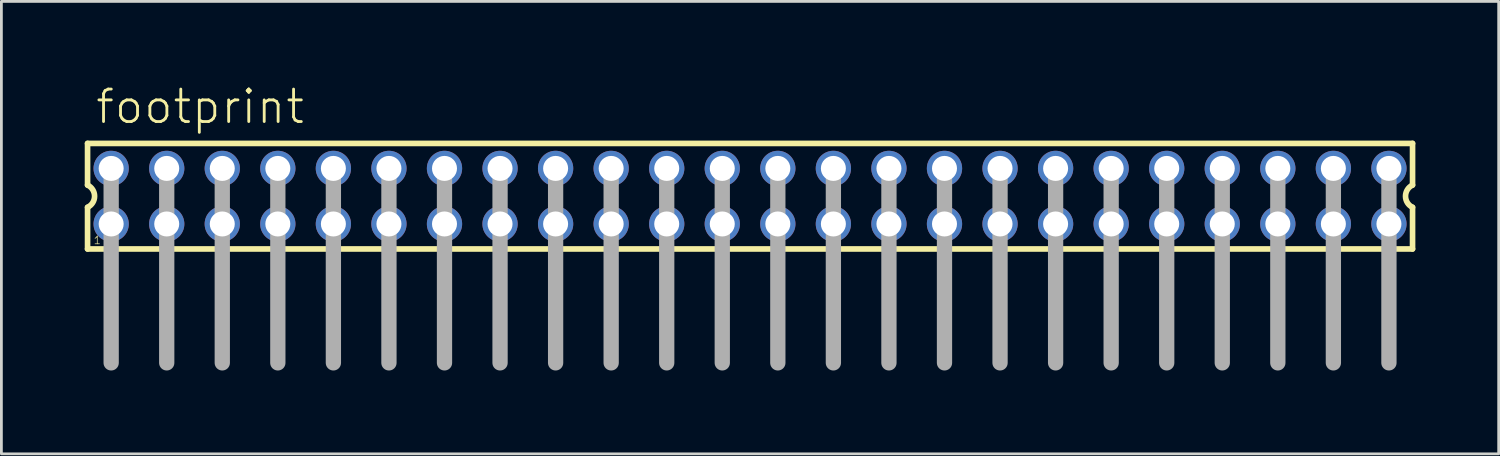
<source format=kicad_pcb>
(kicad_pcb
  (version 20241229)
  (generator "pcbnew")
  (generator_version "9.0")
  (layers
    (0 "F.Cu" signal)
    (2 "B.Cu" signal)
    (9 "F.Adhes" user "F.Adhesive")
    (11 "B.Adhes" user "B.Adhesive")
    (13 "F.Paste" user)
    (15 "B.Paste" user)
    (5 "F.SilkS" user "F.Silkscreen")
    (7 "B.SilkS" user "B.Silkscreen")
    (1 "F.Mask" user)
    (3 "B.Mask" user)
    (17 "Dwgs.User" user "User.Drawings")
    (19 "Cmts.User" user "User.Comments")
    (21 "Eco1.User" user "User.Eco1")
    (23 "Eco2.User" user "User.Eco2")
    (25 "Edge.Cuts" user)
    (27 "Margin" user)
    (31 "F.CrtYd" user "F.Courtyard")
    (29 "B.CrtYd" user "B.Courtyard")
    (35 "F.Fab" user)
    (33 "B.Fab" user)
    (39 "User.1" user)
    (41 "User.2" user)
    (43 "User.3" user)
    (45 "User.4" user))
  (footprint "footprint"
    (layer "F.Cu")
    (at 23.952 4.013)
    (property "Reference" "footprint" (at -23.62 -2.54 0) (layer "F.SilkS") (effects (font (size 1.168 1.168) (thickness 0.102)) (justify left bottom)))
    (fp_line (start -23.85 -1.9) (end -23.85 -0.4) (stroke (width 0.203) (type solid)) (layer "F.SilkS"))
    (fp_line (start -23.85 0.4) (end -23.85 1.9) (stroke (width 0.203) (type solid)) (layer "F.SilkS"))
    (fp_line (start -23.85 1.9) (end 23.85 1.9) (stroke (width 0.203) (type solid)) (layer "F.SilkS"))
    (fp_line (start 23.85 -1.9) (end -23.85 -1.9) (stroke (width 0.203) (type solid)) (layer "F.SilkS"))
    (fp_line (start 23.85 -0.4) (end 23.85 -1.9) (stroke (width 0.203) (type solid)) (layer "F.SilkS"))
    (fp_line (start 23.85 1.9) (end 23.85 0.4) (stroke (width 0.203) (type solid)) (layer "F.SilkS"))
    (fp_arc (start -23.85 -0.4) (mid -23.597167 0) (end -23.85 0.4) (stroke (width 0.2032) (type solid)) (layer "F.SilkS"))
    (fp_arc (start 23.85 0.4) (mid 23.597167 0) (end 23.85 -0.4) (stroke (width 0.2032) (type solid)) (layer "F.SilkS"))
    (fp_line (start -23 -1) (end -23 6) (stroke (width 0.55) (type solid)) (layer "F.Fab"))
    (fp_line (start -21 -1) (end -21 6) (stroke (width 0.55) (type solid)) (layer "F.Fab"))
    (fp_line (start -19 -1) (end -19 6) (stroke (width 0.55) (type solid)) (layer "F.Fab"))
    (fp_line (start -17 -1) (end -17 6) (stroke (width 0.55) (type solid)) (layer "F.Fab"))
    (fp_line (start -15 -1) (end -15 6) (stroke (width 0.55) (type solid)) (layer "F.Fab"))
    (fp_line (start -13 -1) (end -13 6) (stroke (width 0.55) (type solid)) (layer "F.Fab"))
    (fp_line (start -11 -1) (end -11 6) (stroke (width 0.55) (type solid)) (layer "F.Fab"))
    (fp_line (start -9 -1) (end -9 6) (stroke (width 0.55) (type solid)) (layer "F.Fab"))
    (fp_line (start -7 -1) (end -7 6) (stroke (width 0.55) (type solid)) (layer "F.Fab"))
    (fp_line (start -5 -1) (end -5 6) (stroke (width 0.55) (type solid)) (layer "F.Fab"))
    (fp_line (start -3 -1) (end -3 6) (stroke (width 0.55) (type solid)) (layer "F.Fab"))
    (fp_line (start -1 -1) (end -1 6) (stroke (width 0.55) (type solid)) (layer "F.Fab"))
    (fp_line (start 1 -1) (end 1 6) (stroke (width 0.55) (type solid)) (layer "F.Fab"))
    (fp_line (start 3 -1) (end 3 6) (stroke (width 0.55) (type solid)) (layer "F.Fab"))
    (fp_line (start 5 -1) (end 5 6) (stroke (width 0.55) (type solid)) (layer "F.Fab"))
    (fp_line (start 7 -1) (end 7 6) (stroke (width 0.55) (type solid)) (layer "F.Fab"))
    (fp_line (start 9 -1) (end 9 6) (stroke (width 0.55) (type solid)) (layer "F.Fab"))
    (fp_line (start 11 -1) (end 11 6) (stroke (width 0.55) (type solid)) (layer "F.Fab"))
    (fp_line (start 13 -1) (end 13 6) (stroke (width 0.55) (type solid)) (layer "F.Fab"))
    (fp_line (start 15 -1) (end 15 6) (stroke (width 0.55) (type solid)) (layer "F.Fab"))
    (fp_line (start 17 -1) (end 17 6) (stroke (width 0.55) (type solid)) (layer "F.Fab"))
    (fp_line (start 19 -1) (end 19 6) (stroke (width 0.55) (type solid)) (layer "F.Fab"))
    (fp_line (start 21 -1) (end 21 6) (stroke (width 0.55) (type solid)) (layer "F.Fab"))
    (fp_line (start 23 -1) (end 23 6) (stroke (width 0.55) (type solid)) (layer "F.Fab"))
    (fp_poly (pts (xy -23.25 -0.75) (xy -22.75 -0.75) (xy -22.75 -1.25) (xy -23.25 -1.25)) (stroke (width 0.1) (type solid)) (fill no) (layer "F.Fab"))
    (fp_poly (pts (xy -23.25 1.25) (xy -22.75 1.25) (xy -22.75 0.75) (xy -23.25 0.75)) (stroke (width 0.1) (type solid)) (fill no) (layer "F.Fab"))
    (fp_poly (pts (xy -21.25 -0.75) (xy -20.75 -0.75) (xy -20.75 -1.25) (xy -21.25 -1.25)) (stroke (width 0.1) (type solid)) (fill no) (layer "F.Fab"))
    (fp_poly (pts (xy -21.25 1.25) (xy -20.75 1.25) (xy -20.75 0.75) (xy -21.25 0.75)) (stroke (width 0.1) (type solid)) (fill no) (layer "F.Fab"))
    (fp_poly (pts (xy -19.25 -0.75) (xy -18.75 -0.75) (xy -18.75 -1.25) (xy -19.25 -1.25)) (stroke (width 0.1) (type solid)) (fill no) (layer "F.Fab"))
    (fp_poly (pts (xy -19.25 1.25) (xy -18.75 1.25) (xy -18.75 0.75) (xy -19.25 0.75)) (stroke (width 0.1) (type solid)) (fill no) (layer "F.Fab"))
    (fp_poly (pts (xy -17.25 -0.75) (xy -16.75 -0.75) (xy -16.75 -1.25) (xy -17.25 -1.25)) (stroke (width 0.1) (type solid)) (fill no) (layer "F.Fab"))
    (fp_poly (pts (xy -17.25 1.25) (xy -16.75 1.25) (xy -16.75 0.75) (xy -17.25 0.75)) (stroke (width 0.1) (type solid)) (fill no) (layer "F.Fab"))
    (fp_poly (pts (xy -15.25 -0.75) (xy -14.75 -0.75) (xy -14.75 -1.25) (xy -15.25 -1.25)) (stroke (width 0.1) (type solid)) (fill no) (layer "F.Fab"))
    (fp_poly (pts (xy -15.25 1.25) (xy -14.75 1.25) (xy -14.75 0.75) (xy -15.25 0.75)) (stroke (width 0.1) (type solid)) (fill no) (layer "F.Fab"))
    (fp_poly (pts (xy -13.25 -0.75) (xy -12.75 -0.75) (xy -12.75 -1.25) (xy -13.25 -1.25)) (stroke (width 0.1) (type solid)) (fill no) (layer "F.Fab"))
    (fp_poly (pts (xy -13.25 1.25) (xy -12.75 1.25) (xy -12.75 0.75) (xy -13.25 0.75)) (stroke (width 0.1) (type solid)) (fill no) (layer "F.Fab"))
    (fp_poly (pts (xy -11.25 -0.75) (xy -10.75 -0.75) (xy -10.75 -1.25) (xy -11.25 -1.25)) (stroke (width 0.1) (type solid)) (fill no) (layer "F.Fab"))
    (fp_poly (pts (xy -11.25 1.25) (xy -10.75 1.25) (xy -10.75 0.75) (xy -11.25 0.75)) (stroke (width 0.1) (type solid)) (fill no) (layer "F.Fab"))
    (fp_poly (pts (xy -9.25 -0.75) (xy -8.75 -0.75) (xy -8.75 -1.25) (xy -9.25 -1.25)) (stroke (width 0.1) (type solid)) (fill no) (layer "F.Fab"))
    (fp_poly (pts (xy -9.25 1.25) (xy -8.75 1.25) (xy -8.75 0.75) (xy -9.25 0.75)) (stroke (width 0.1) (type solid)) (fill no) (layer "F.Fab"))
    (fp_poly (pts (xy -7.25 -0.75) (xy -6.75 -0.75) (xy -6.75 -1.25) (xy -7.25 -1.25)) (stroke (width 0.1) (type solid)) (fill no) (layer "F.Fab"))
    (fp_poly (pts (xy -7.25 1.25) (xy -6.75 1.25) (xy -6.75 0.75) (xy -7.25 0.75)) (stroke (width 0.1) (type solid)) (fill no) (layer "F.Fab"))
    (fp_poly (pts (xy -5.25 -0.75) (xy -4.75 -0.75) (xy -4.75 -1.25) (xy -5.25 -1.25)) (stroke (width 0.1) (type solid)) (fill no) (layer "F.Fab"))
    (fp_poly (pts (xy -5.25 1.25) (xy -4.75 1.25) (xy -4.75 0.75) (xy -5.25 0.75)) (stroke (width 0.1) (type solid)) (fill no) (layer "F.Fab"))
    (fp_poly (pts (xy -3.25 -0.75) (xy -2.75 -0.75) (xy -2.75 -1.25) (xy -3.25 -1.25)) (stroke (width 0.1) (type solid)) (fill no) (layer "F.Fab"))
    (fp_poly (pts (xy -3.25 1.25) (xy -2.75 1.25) (xy -2.75 0.75) (xy -3.25 0.75)) (stroke (width 0.1) (type solid)) (fill no) (layer "F.Fab"))
    (fp_poly (pts (xy -1.25 -0.75) (xy -0.75 -0.75) (xy -0.75 -1.25) (xy -1.25 -1.25)) (stroke (width 0.1) (type solid)) (fill no) (layer "F.Fab"))
    (fp_poly (pts (xy -1.25 1.25) (xy -0.75 1.25) (xy -0.75 0.75) (xy -1.25 0.75)) (stroke (width 0.1) (type solid)) (fill no) (layer "F.Fab"))
    (fp_poly (pts (xy 0.75 -0.75) (xy 1.25 -0.75) (xy 1.25 -1.25) (xy 0.75 -1.25)) (stroke (width 0.1) (type solid)) (fill no) (layer "F.Fab"))
    (fp_poly (pts (xy 0.75 1.25) (xy 1.25 1.25) (xy 1.25 0.75) (xy 0.75 0.75)) (stroke (width 0.1) (type solid)) (fill no) (layer "F.Fab"))
    (fp_poly (pts (xy 2.75 -0.75) (xy 3.25 -0.75) (xy 3.25 -1.25) (xy 2.75 -1.25)) (stroke (width 0.1) (type solid)) (fill no) (layer "F.Fab"))
    (fp_poly (pts (xy 2.75 1.25) (xy 3.25 1.25) (xy 3.25 0.75) (xy 2.75 0.75)) (stroke (width 0.1) (type solid)) (fill no) (layer "F.Fab"))
    (fp_poly (pts (xy 4.75 -0.75) (xy 5.25 -0.75) (xy 5.25 -1.25) (xy 4.75 -1.25)) (stroke (width 0.1) (type solid)) (fill no) (layer "F.Fab"))
    (fp_poly (pts (xy 4.75 1.25) (xy 5.25 1.25) (xy 5.25 0.75) (xy 4.75 0.75)) (stroke (width 0.1) (type solid)) (fill no) (layer "F.Fab"))
    (fp_poly (pts (xy 6.75 -0.75) (xy 7.25 -0.75) (xy 7.25 -1.25) (xy 6.75 -1.25)) (stroke (width 0.1) (type solid)) (fill no) (layer "F.Fab"))
    (fp_poly (pts (xy 6.75 1.25) (xy 7.25 1.25) (xy 7.25 0.75) (xy 6.75 0.75)) (stroke (width 0.1) (type solid)) (fill no) (layer "F.Fab"))
    (fp_poly (pts (xy 8.75 -0.75) (xy 9.25 -0.75) (xy 9.25 -1.25) (xy 8.75 -1.25)) (stroke (width 0.1) (type solid)) (fill no) (layer "F.Fab"))
    (fp_poly (pts (xy 8.75 1.25) (xy 9.25 1.25) (xy 9.25 0.75) (xy 8.75 0.75)) (stroke (width 0.1) (type solid)) (fill no) (layer "F.Fab"))
    (fp_poly (pts (xy 10.75 -0.75) (xy 11.25 -0.75) (xy 11.25 -1.25) (xy 10.75 -1.25)) (stroke (width 0.1) (type solid)) (fill no) (layer "F.Fab"))
    (fp_poly (pts (xy 10.75 1.25) (xy 11.25 1.25) (xy 11.25 0.75) (xy 10.75 0.75)) (stroke (width 0.1) (type solid)) (fill no) (layer "F.Fab"))
    (fp_poly (pts (xy 12.75 -0.75) (xy 13.25 -0.75) (xy 13.25 -1.25) (xy 12.75 -1.25)) (stroke (width 0.1) (type solid)) (fill no) (layer "F.Fab"))
    (fp_poly (pts (xy 12.75 1.25) (xy 13.25 1.25) (xy 13.25 0.75) (xy 12.75 0.75)) (stroke (width 0.1) (type solid)) (fill no) (layer "F.Fab"))
    (fp_poly (pts (xy 14.75 -0.75) (xy 15.25 -0.75) (xy 15.25 -1.25) (xy 14.75 -1.25)) (stroke (width 0.1) (type solid)) (fill no) (layer "F.Fab"))
    (fp_poly (pts (xy 14.75 1.25) (xy 15.25 1.25) (xy 15.25 0.75) (xy 14.75 0.75)) (stroke (width 0.1) (type solid)) (fill no) (layer "F.Fab"))
    (fp_poly (pts (xy 16.75 -0.75) (xy 17.25 -0.75) (xy 17.25 -1.25) (xy 16.75 -1.25)) (stroke (width 0.1) (type solid)) (fill no) (layer "F.Fab"))
    (fp_poly (pts (xy 16.75 1.25) (xy 17.25 1.25) (xy 17.25 0.75) (xy 16.75 0.75)) (stroke (width 0.1) (type solid)) (fill no) (layer "F.Fab"))
    (fp_poly (pts (xy 18.75 -0.75) (xy 19.25 -0.75) (xy 19.25 -1.25) (xy 18.75 -1.25)) (stroke (width 0.1) (type solid)) (fill no) (layer "F.Fab"))
    (fp_poly (pts (xy 18.75 1.25) (xy 19.25 1.25) (xy 19.25 0.75) (xy 18.75 0.75)) (stroke (width 0.1) (type solid)) (fill no) (layer "F.Fab"))
    (fp_poly (pts (xy 20.75 -0.75) (xy 21.25 -0.75) (xy 21.25 -1.25) (xy 20.75 -1.25)) (stroke (width 0.1) (type solid)) (fill no) (layer "F.Fab"))
    (fp_poly (pts (xy 20.75 1.25) (xy 21.25 1.25) (xy 21.25 0.75) (xy 20.75 0.75)) (stroke (width 0.1) (type solid)) (fill no) (layer "F.Fab"))
    (fp_poly (pts (xy 22.75 -0.75) (xy 23.25 -0.75) (xy 23.25 -1.25) (xy 22.75 -1.25)) (stroke (width 0.1) (type solid)) (fill no) (layer "F.Fab"))
    (fp_poly (pts (xy 22.75 1.25) (xy 23.25 1.25) (xy 23.25 0.75) (xy 22.75 0.75)) (stroke (width 0.1) (type solid)) (fill no) (layer "F.Fab"))
    (fp_text user "1" (at -23.65 1.75 0) (layer "F.SilkS") (effects (font (size 0.28 0.28) (thickness 0.024)) (justify left bottom)))
    (pad "1" thru_hole circle (at -23 1) (size 1.27 1.27) (drill 0.9) (layers "*.Cu" "*.Mask"))
    (pad "2" thru_hole circle (at -23 -1) (size 1.27 1.27) (drill 0.9) (layers "*.Cu" "*.Mask"))
    (pad "3" thru_hole circle (at -21 1) (size 1.27 1.27) (drill 0.9) (layers "*.Cu" "*.Mask"))
    (pad "4" thru_hole circle (at -21 -1) (size 1.27 1.27) (drill 0.9) (layers "*.Cu" "*.Mask"))
    (pad "5" thru_hole circle (at -19 1) (size 1.27 1.27) (drill 0.9) (layers "*.Cu" "*.Mask"))
    (pad "6" thru_hole circle (at -19 -1) (size 1.27 1.27) (drill 0.9) (layers "*.Cu" "*.Mask"))
    (pad "7" thru_hole circle (at -17 1) (size 1.27 1.27) (drill 0.9) (layers "*.Cu" "*.Mask"))
    (pad "8" thru_hole circle (at -17 -1) (size 1.27 1.27) (drill 0.9) (layers "*.Cu" "*.Mask"))
    (pad "9" thru_hole circle (at -15 1) (size 1.27 1.27) (drill 0.9) (layers "*.Cu" "*.Mask"))
    (pad "10" thru_hole circle (at -15 -1) (size 1.27 1.27) (drill 0.9) (layers "*.Cu" "*.Mask"))
    (pad "11" thru_hole circle (at -13 1) (size 1.27 1.27) (drill 0.9) (layers "*.Cu" "*.Mask"))
    (pad "12" thru_hole circle (at -13 -1) (size 1.27 1.27) (drill 0.9) (layers "*.Cu" "*.Mask"))
    (pad "13" thru_hole circle (at -11 1) (size 1.27 1.27) (drill 0.9) (layers "*.Cu" "*.Mask"))
    (pad "14" thru_hole circle (at -11 -1) (size 1.27 1.27) (drill 0.9) (layers "*.Cu" "*.Mask"))
    (pad "15" thru_hole circle (at -9 1) (size 1.27 1.27) (drill 0.9) (layers "*.Cu" "*.Mask"))
    (pad "16" thru_hole circle (at -9 -1) (size 1.27 1.27) (drill 0.9) (layers "*.Cu" "*.Mask"))
    (pad "17" thru_hole circle (at -7 1) (size 1.27 1.27) (drill 0.9) (layers "*.Cu" "*.Mask"))
    (pad "18" thru_hole circle (at -7 -1) (size 1.27 1.27) (drill 0.9) (layers "*.Cu" "*.Mask"))
    (pad "19" thru_hole circle (at -5 1) (size 1.27 1.27) (drill 0.9) (layers "*.Cu" "*.Mask"))
    (pad "20" thru_hole circle (at -5 -1) (size 1.27 1.27) (drill 0.9) (layers "*.Cu" "*.Mask"))
    (pad "21" thru_hole circle (at -3 1) (size 1.27 1.27) (drill 0.9) (layers "*.Cu" "*.Mask"))
    (pad "22" thru_hole circle (at -3 -1) (size 1.27 1.27) (drill 0.9) (layers "*.Cu" "*.Mask"))
    (pad "23" thru_hole circle (at -1 1) (size 1.27 1.27) (drill 0.9) (layers "*.Cu" "*.Mask"))
    (pad "24" thru_hole circle (at -1 -1) (size 1.27 1.27) (drill 0.9) (layers "*.Cu" "*.Mask"))
    (pad "25" thru_hole circle (at 1 1) (size 1.27 1.27) (drill 0.9) (layers "*.Cu" "*.Mask"))
    (pad "26" thru_hole circle (at 1 -1) (size 1.27 1.27) (drill 0.9) (layers "*.Cu" "*.Mask"))
    (pad "27" thru_hole circle (at 3 1) (size 1.27 1.27) (drill 0.9) (layers "*.Cu" "*.Mask"))
    (pad "28" thru_hole circle (at 3 -1) (size 1.27 1.27) (drill 0.9) (layers "*.Cu" "*.Mask"))
    (pad "29" thru_hole circle (at 5 1) (size 1.27 1.27) (drill 0.9) (layers "*.Cu" "*.Mask"))
    (pad "30" thru_hole circle (at 5 -1) (size 1.27 1.27) (drill 0.9) (layers "*.Cu" "*.Mask"))
    (pad "31" thru_hole circle (at 7 1) (size 1.27 1.27) (drill 0.9) (layers "*.Cu" "*.Mask"))
    (pad "32" thru_hole circle (at 7 -1) (size 1.27 1.27) (drill 0.9) (layers "*.Cu" "*.Mask"))
    (pad "33" thru_hole circle (at 9 1) (size 1.27 1.27) (drill 0.9) (layers "*.Cu" "*.Mask"))
    (pad "34" thru_hole circle (at 9 -1) (size 1.27 1.27) (drill 0.9) (layers "*.Cu" "*.Mask"))
    (pad "35" thru_hole circle (at 11 1) (size 1.27 1.27) (drill 0.9) (layers "*.Cu" "*.Mask"))
    (pad "36" thru_hole circle (at 11 -1) (size 1.27 1.27) (drill 0.9) (layers "*.Cu" "*.Mask"))
    (pad "37" thru_hole circle (at 13 1) (size 1.27 1.27) (drill 0.9) (layers "*.Cu" "*.Mask"))
    (pad "38" thru_hole circle (at 13 -1) (size 1.27 1.27) (drill 0.9) (layers "*.Cu" "*.Mask"))
    (pad "39" thru_hole circle (at 15 1) (size 1.27 1.27) (drill 0.9) (layers "*.Cu" "*.Mask"))
    (pad "40" thru_hole circle (at 15 -1) (size 1.27 1.27) (drill 0.9) (layers "*.Cu" "*.Mask"))
    (pad "41" thru_hole circle (at 17 1) (size 1.27 1.27) (drill 0.9) (layers "*.Cu" "*.Mask"))
    (pad "42" thru_hole circle (at 17 -1) (size 1.27 1.27) (drill 0.9) (layers "*.Cu" "*.Mask"))
    (pad "43" thru_hole circle (at 19 1) (size 1.27 1.27) (drill 0.9) (layers "*.Cu" "*.Mask"))
    (pad "44" thru_hole circle (at 19 -1) (size 1.27 1.27) (drill 0.9) (layers "*.Cu" "*.Mask"))
    (pad "45" thru_hole circle (at 21 1) (size 1.27 1.27) (drill 0.9) (layers "*.Cu" "*.Mask"))
    (pad "46" thru_hole circle (at 21 -1) (size 1.27 1.27) (drill 0.9) (layers "*.Cu" "*.Mask"))
    (pad "47" thru_hole circle (at 23 1) (size 1.27 1.27) (drill 0.9) (layers "*.Cu" "*.Mask"))
    (pad "48" thru_hole circle (at 23 -1) (size 1.27 1.27) (drill 0.9) (layers "*.Cu" "*.Mask")))
  (gr_rect
    (start -3 -3)
    (end 50.903 13.288)
    (stroke (width 0.1) (type default))
    (fill no)
    (layer "Edge.Cuts")))
</source>
